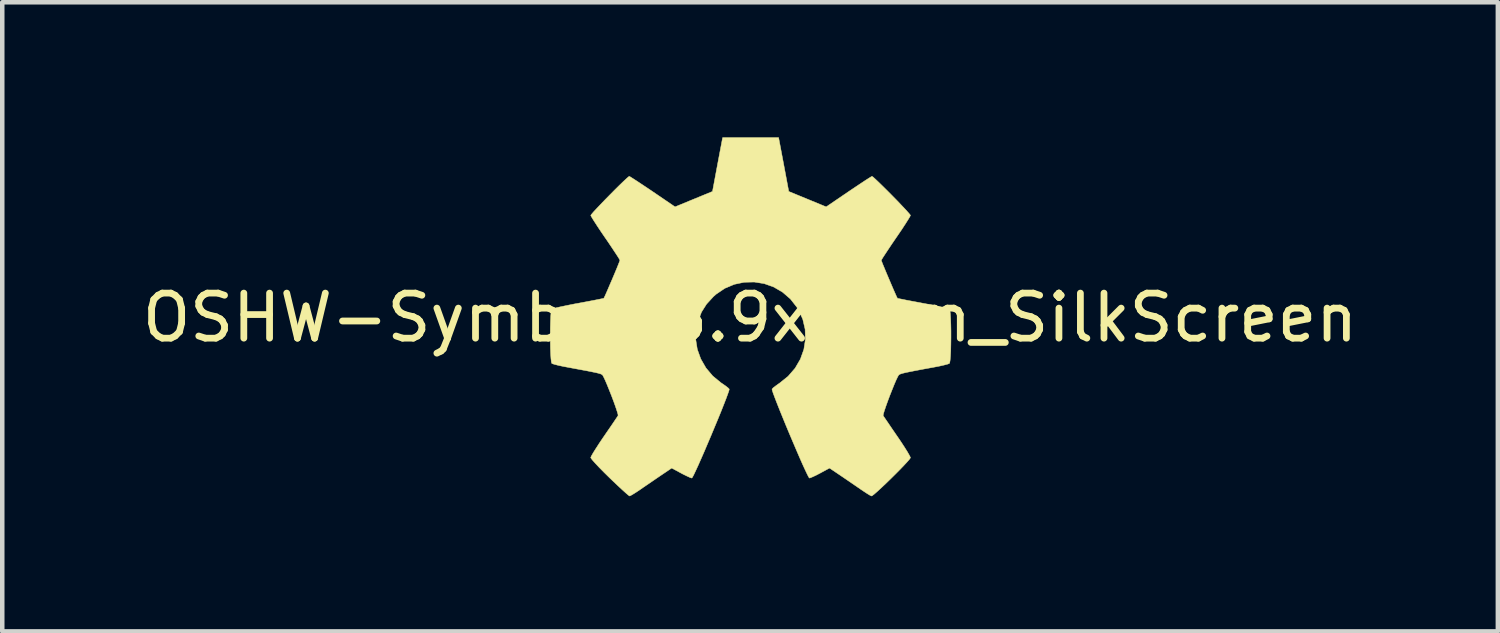
<source format=kicad_pcb>
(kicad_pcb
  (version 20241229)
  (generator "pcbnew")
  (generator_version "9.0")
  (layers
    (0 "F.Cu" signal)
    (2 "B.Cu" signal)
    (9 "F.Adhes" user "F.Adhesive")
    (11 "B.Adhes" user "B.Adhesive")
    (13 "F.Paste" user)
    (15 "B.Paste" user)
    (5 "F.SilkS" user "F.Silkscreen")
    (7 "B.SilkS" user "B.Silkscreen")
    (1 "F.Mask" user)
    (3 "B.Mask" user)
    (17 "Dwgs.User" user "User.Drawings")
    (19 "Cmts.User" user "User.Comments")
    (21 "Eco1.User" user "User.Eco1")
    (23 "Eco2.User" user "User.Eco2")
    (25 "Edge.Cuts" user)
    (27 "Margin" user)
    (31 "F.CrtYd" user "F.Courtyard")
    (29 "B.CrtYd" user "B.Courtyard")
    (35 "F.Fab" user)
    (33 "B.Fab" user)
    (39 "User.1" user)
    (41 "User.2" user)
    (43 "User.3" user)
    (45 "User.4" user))
  (footprint "OSHW-Symbol_8.9x8mm_SilkScreen"
    (layer "F.Cu")
    (at 13.601 4.002)
    (property "Reference" "OSHW-Symbol_8.9x8mm_SilkScreen" (at 0 0 0) (layer "F.SilkS") (effects (font (size 1 1) (thickness 0.15))))
    (attr exclude_from_pos_files exclude_from_bom)
    (fp_poly (pts (xy 0.747 -3.4) (xy 0.859 -2.802) (xy 1.275 -2.631) (xy 1.69 -2.46) (xy 2.188 -2.799) (xy 2.328 -2.893) (xy 2.454 -2.977) (xy 2.561 -3.048) (xy 2.643 -3.1) (xy 2.693 -3.131) (xy 2.707 -3.138) (xy 2.732 -3.121) (xy 2.785 -3.073) (xy 2.86 -3.002) (xy 2.952 -2.912) (xy 3.054 -2.811) (xy 3.161 -2.703) (xy 3.266 -2.596) (xy 3.363 -2.494) (xy 3.447 -2.405) (xy 3.512 -2.333) (xy 3.552 -2.286) (xy 3.561 -2.27) (xy 3.547 -2.241) (xy 3.509 -2.178) (xy 3.451 -2.086) (xy 3.376 -1.971) (xy 3.288 -1.841) (xy 3.237 -1.767) (xy 3.145 -1.632) (xy 3.063 -1.509) (xy 2.995 -1.406) (xy 2.945 -1.329) (xy 2.918 -1.283) (xy 2.914 -1.273) (xy 2.923 -1.245) (xy 2.948 -1.181) (xy 2.986 -1.09) (xy 3.032 -0.979) (xy 3.083 -0.859) (xy 3.134 -0.739) (xy 3.182 -0.627) (xy 3.224 -0.532) (xy 3.254 -0.464) (xy 3.271 -0.432) (xy 3.272 -0.431) (xy 3.297 -0.424) (xy 3.364 -0.411) (xy 3.466 -0.39) (xy 3.597 -0.365) (xy 3.748 -0.337) (xy 3.837 -0.32) (xy 3.998 -0.29) (xy 4.145 -0.26) (xy 4.268 -0.234) (xy 4.36 -0.213) (xy 4.415 -0.197) (xy 4.426 -0.193) (xy 4.437 -0.16) (xy 4.446 -0.086) (xy 4.452 0.02) (xy 4.457 0.15) (xy 4.46 0.296) (xy 4.46 0.448) (xy 4.458 0.598) (xy 4.455 0.737) (xy 4.449 0.857) (xy 4.441 0.949) (xy 4.431 1.005) (xy 4.425 1.016) (xy 4.39 1.03) (xy 4.316 1.05) (xy 4.212 1.074) (xy 4.089 1.098) (xy 4.046 1.106) (xy 3.838 1.144) (xy 3.674 1.175) (xy 3.548 1.2) (xy 3.455 1.219) (xy 3.389 1.235) (xy 3.346 1.248) (xy 3.318 1.26) (xy 3.302 1.272) (xy 3.3 1.274) (xy 3.278 1.311) (xy 3.243 1.384) (xy 3.2 1.484) (xy 3.153 1.601) (xy 3.103 1.727) (xy 3.056 1.852) (xy 3.014 1.969) (xy 2.981 2.067) (xy 2.96 2.138) (xy 2.954 2.173) (xy 2.954 2.174) (xy 2.973 2.203) (xy 3.016 2.266) (xy 3.078 2.357) (xy 3.154 2.469) (xy 3.241 2.596) (xy 3.266 2.632) (xy 3.355 2.763) (xy 3.433 2.883) (xy 3.496 2.984) (xy 3.539 3.06) (xy 3.56 3.103) (xy 3.561 3.109) (xy 3.544 3.137) (xy 3.496 3.193) (xy 3.424 3.271) (xy 3.334 3.365) (xy 3.232 3.468) (xy 3.124 3.575) (xy 3.016 3.68) (xy 2.914 3.776) (xy 2.825 3.858) (xy 2.755 3.919) (xy 2.709 3.954) (xy 2.696 3.959) (xy 2.667 3.946) (xy 2.607 3.91) (xy 2.526 3.857) (xy 2.463 3.815) (xy 2.35 3.737) (xy 2.216 3.645) (xy 2.081 3.553) (xy 2.009 3.504) (xy 1.764 3.339) (xy 1.559 3.45) (xy 1.465 3.499) (xy 1.385 3.536) (xy 1.331 3.558) (xy 1.318 3.561) (xy 1.301 3.539) (xy 1.269 3.476) (xy 1.223 3.379) (xy 1.165 3.253) (xy 1.099 3.103) (xy 1.027 2.936) (xy 0.951 2.758) (xy 0.873 2.574) (xy 0.796 2.39) (xy 0.723 2.211) (xy 0.655 2.044) (xy 0.596 1.895) (xy 0.547 1.768) (xy 0.511 1.671) (xy 0.491 1.608) (xy 0.488 1.586) (xy 0.513 1.558) (xy 0.57 1.514) (xy 0.644 1.461) (xy 0.651 1.457) (xy 0.844 1.302) (xy 1 1.122) (xy 1.117 0.921) (xy 1.194 0.706) (xy 1.229 0.483) (xy 1.222 0.257) (xy 1.17 0.034) (xy 1.073 -0.18) (xy 1.044 -0.226) (xy 0.896 -0.415) (xy 0.72 -0.567) (xy 0.524 -0.681) (xy 0.313 -0.756) (xy 0.093 -0.791) (xy -0.13 -0.786) (xy -0.349 -0.74) (xy -0.559 -0.652) (xy -0.753 -0.521) (xy -0.813 -0.468) (xy -0.966 -0.301) (xy -1.077 -0.126) (xy -1.153 0.07) (xy -1.196 0.265) (xy -1.206 0.483) (xy -1.171 0.703) (xy -1.094 0.916) (xy -0.979 1.116) (xy -0.829 1.294) (xy -0.647 1.444) (xy -0.623 1.46) (xy -0.548 1.512) (xy -0.49 1.557) (xy -0.463 1.585) (xy -0.462 1.586) (xy -0.468 1.617) (xy -0.492 1.687) (xy -0.53 1.791) (xy -0.581 1.922) (xy -0.642 2.076) (xy -0.711 2.245) (xy -0.786 2.425) (xy -0.863 2.61) (xy -0.941 2.793) (xy -1.016 2.97) (xy -1.088 3.134) (xy -1.152 3.279) (xy -1.208 3.4) (xy -1.251 3.491) (xy -1.281 3.546) (xy -1.293 3.561) (xy -1.329 3.55) (xy -1.397 3.519) (xy -1.485 3.476) (xy -1.534 3.45) (xy -1.739 3.339) (xy -1.984 3.504) (xy -2.109 3.589) (xy -2.246 3.683) (xy -2.374 3.77) (xy -2.438 3.815) (xy -2.528 3.875) (xy -2.605 3.923) (xy -2.658 3.953) (xy -2.675 3.959) (xy -2.7 3.942) (xy -2.755 3.895) (xy -2.835 3.823) (xy -2.934 3.731) (xy -3.048 3.623) (xy -3.12 3.554) (xy -3.245 3.431) (xy -3.354 3.32) (xy -3.441 3.227) (xy -3.503 3.157) (xy -3.534 3.114) (xy -3.537 3.105) (xy -3.523 3.072) (xy -3.485 3.005) (xy -3.426 2.911) (xy -3.352 2.796) (xy -3.266 2.668) (xy -3.241 2.632) (xy -3.152 2.502) (xy -3.072 2.386) (xy -3.006 2.288) (xy -2.958 2.217) (xy -2.932 2.178) (xy -2.93 2.174) (xy -2.933 2.143) (xy -2.953 2.076) (xy -2.985 1.98) (xy -3.026 1.865) (xy -3.073 1.74) (xy -3.123 1.614) (xy -3.171 1.495) (xy -3.214 1.394) (xy -3.25 1.318) (xy -3.273 1.276) (xy -3.275 1.274) (xy -3.29 1.262) (xy -3.314 1.25) (xy -3.355 1.237) (xy -3.416 1.222) (xy -3.503 1.204) (xy -3.622 1.18) (xy -3.779 1.151) (xy -3.978 1.114) (xy -4.021 1.106) (xy -4.149 1.082) (xy -4.26 1.058) (xy -4.345 1.036) (xy -4.394 1.02) (xy -4.401 1.016) (xy -4.411 0.983) (xy -4.42 0.909) (xy -4.427 0.802) (xy -4.432 0.672) (xy -4.434 0.526) (xy -4.435 0.374) (xy -4.434 0.224) (xy -4.43 0.085) (xy -4.425 -0.034) (xy -4.417 -0.126) (xy -4.407 -0.181) (xy -4.401 -0.193) (xy -4.369 -0.204) (xy -4.295 -0.222) (xy -4.186 -0.246) (xy -4.051 -0.274) (xy -3.896 -0.305) (xy -3.812 -0.32) (xy -3.652 -0.35) (xy -3.509 -0.377) (xy -3.391 -0.4) (xy -3.304 -0.418) (xy -3.255 -0.428) (xy -3.247 -0.431) (xy -3.233 -0.457) (xy -3.204 -0.52) (xy -3.164 -0.611) (xy -3.117 -0.721) (xy -3.065 -0.841) (xy -3.014 -0.962) (xy -2.967 -1.074) (xy -2.928 -1.17) (xy -2.901 -1.239) (xy -2.889 -1.273) (xy -2.889 -1.274) (xy -2.902 -1.301) (xy -2.94 -1.362) (xy -2.999 -1.452) (xy -3.074 -1.565) (xy -3.161 -1.694) (xy -3.212 -1.768) (xy -3.305 -1.904) (xy -3.387 -2.027) (xy -3.455 -2.132) (xy -3.505 -2.212) (xy -3.532 -2.26) (xy -3.536 -2.271) (xy -3.519 -2.296) (xy -3.473 -2.35) (xy -3.402 -2.426) (xy -3.314 -2.519) (xy -3.214 -2.623) (xy -3.108 -2.731) (xy -3.002 -2.838) (xy -2.902 -2.937) (xy -2.814 -3.022) (xy -2.743 -3.088) (xy -2.697 -3.128) (xy -2.682 -3.138) (xy -2.656 -3.124) (xy -2.596 -3.086) (xy -2.506 -3.028) (xy -2.393 -2.953) (xy -2.262 -2.866) (xy -2.163 -2.799) (xy -1.665 -2.46) (xy -1.25 -2.631) (xy -0.834 -2.802) (xy -0.722 -3.4) (xy -0.609 -3.997) (xy 0.634 -3.997) (xy 0.747 -3.4)) (stroke (width 0.01) (type solid)) (fill yes) (layer "F.SilkS")))
  (gr_rect
    (start -3 -3)
    (end 30.202 10.966)
    (stroke (width 0.1) (type default))
    (fill no)
    (layer "Edge.Cuts")))
</source>
